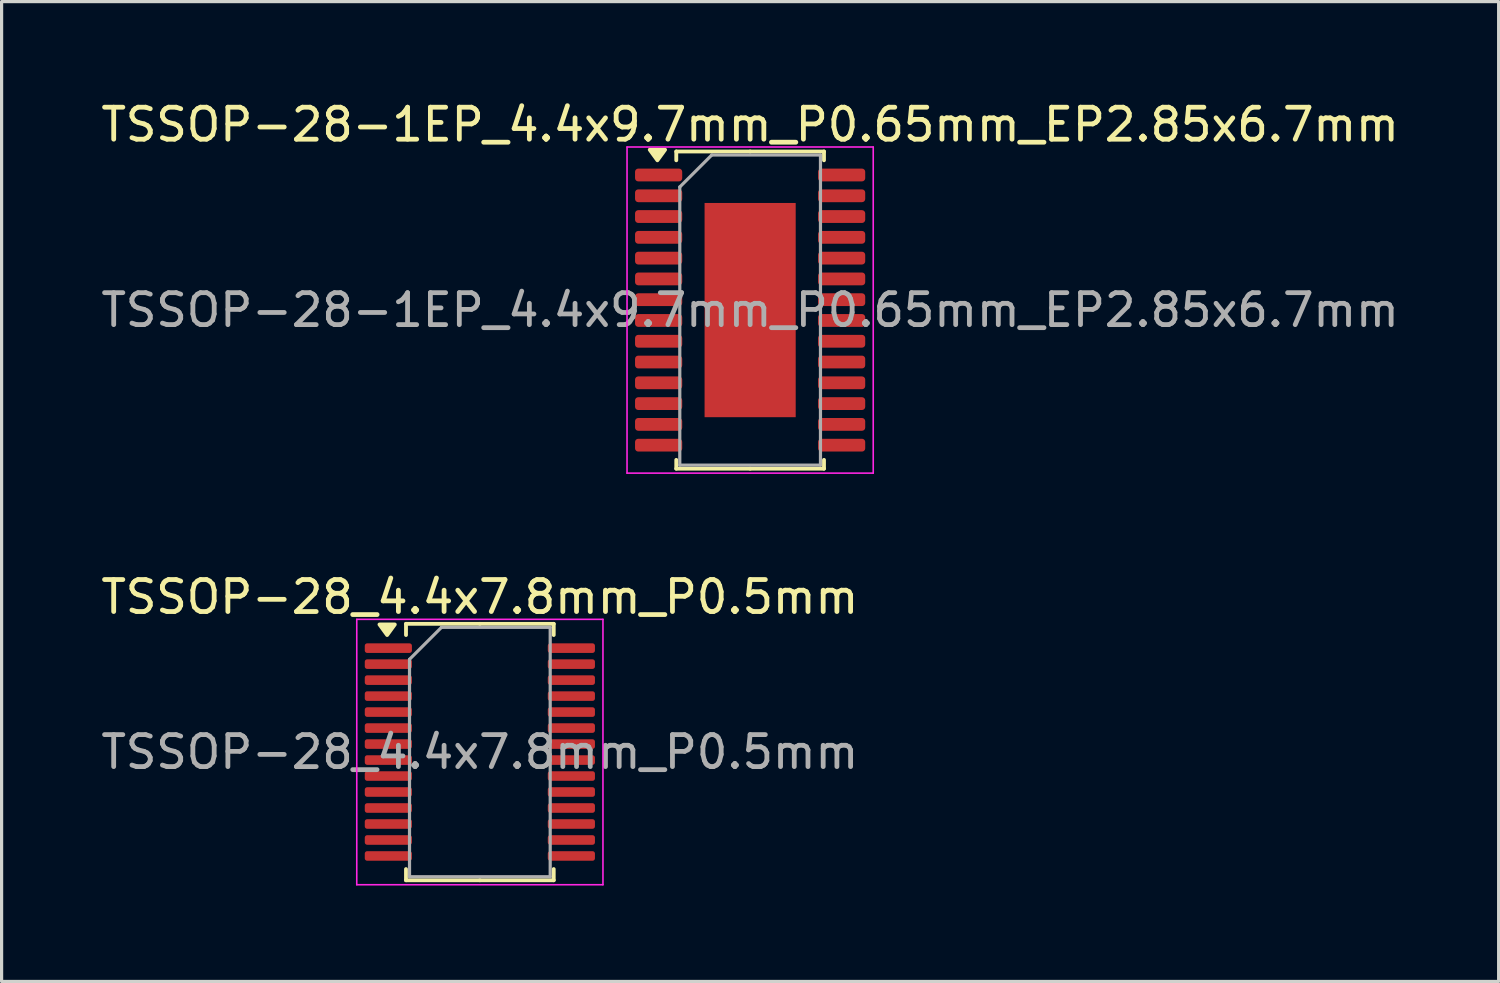
<source format=kicad_pcb>
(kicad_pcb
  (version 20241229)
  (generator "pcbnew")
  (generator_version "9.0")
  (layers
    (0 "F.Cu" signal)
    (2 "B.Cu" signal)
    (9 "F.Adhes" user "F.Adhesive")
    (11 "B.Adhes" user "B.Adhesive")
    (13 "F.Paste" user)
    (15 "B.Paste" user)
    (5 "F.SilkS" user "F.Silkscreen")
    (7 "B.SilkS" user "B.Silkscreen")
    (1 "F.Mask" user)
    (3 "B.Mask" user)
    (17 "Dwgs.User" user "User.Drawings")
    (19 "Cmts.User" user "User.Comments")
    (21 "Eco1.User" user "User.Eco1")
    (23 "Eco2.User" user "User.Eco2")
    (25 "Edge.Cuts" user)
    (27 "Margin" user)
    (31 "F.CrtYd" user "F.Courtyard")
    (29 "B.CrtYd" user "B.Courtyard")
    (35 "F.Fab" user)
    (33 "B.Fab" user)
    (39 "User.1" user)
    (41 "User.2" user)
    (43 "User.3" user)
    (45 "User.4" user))
  (footprint "TSSOP-28_4.4x7.8mm_P0.5mm"
    (layer "F.Cu")
    (at 11.958 20.471)
    (property "Reference" "TSSOP-28_4.4x7.8mm_P0.5mm" (at 0 -4.85 0) (layer "F.SilkS") (effects (font (size 1 1) (thickness 0.15))))
    (attr smd)
    (fp_line (start -2.31 -4.01) (end -2.31 -3.66) (stroke (width 0.12) (type solid)) (layer "F.SilkS"))
    (fp_line (start -2.31 4.01) (end -2.31 3.66) (stroke (width 0.12) (type solid)) (layer "F.SilkS"))
    (fp_line (start 0 -4.01) (end -2.31 -4.01) (stroke (width 0.12) (type solid)) (layer "F.SilkS"))
    (fp_line (start 0 -4.01) (end 2.31 -4.01) (stroke (width 0.12) (type solid)) (layer "F.SilkS"))
    (fp_line (start 0 4.01) (end -2.31 4.01) (stroke (width 0.12) (type solid)) (layer "F.SilkS"))
    (fp_line (start 0 4.01) (end 2.31 4.01) (stroke (width 0.12) (type solid)) (layer "F.SilkS"))
    (fp_line (start 2.31 -4.01) (end 2.31 -3.66) (stroke (width 0.12) (type solid)) (layer "F.SilkS"))
    (fp_line (start 2.31 4.01) (end 2.31 3.66) (stroke (width 0.12) (type solid)) (layer "F.SilkS"))
    (fp_poly (pts (xy -2.9 -3.66) (xy -3.14 -3.99) (xy -2.66 -3.99) (xy -2.9 -3.66)) (stroke (width 0.12) (type solid)) (fill yes) (layer "F.SilkS"))
    (fp_line (start -3.85 -4.15) (end -3.85 4.15) (stroke (width 0.05) (type solid)) (layer "F.CrtYd"))
    (fp_line (start -3.85 4.15) (end 3.85 4.15) (stroke (width 0.05) (type solid)) (layer "F.CrtYd"))
    (fp_line (start 3.85 -4.15) (end -3.85 -4.15) (stroke (width 0.05) (type solid)) (layer "F.CrtYd"))
    (fp_line (start 3.85 4.15) (end 3.85 -4.15) (stroke (width 0.05) (type solid)) (layer "F.CrtYd"))
    (fp_line (start -2.2 -2.9) (end -1.2 -3.9) (stroke (width 0.1) (type solid)) (layer "F.Fab"))
    (fp_line (start -2.2 3.9) (end -2.2 -2.9) (stroke (width 0.1) (type solid)) (layer "F.Fab"))
    (fp_line (start -1.2 -3.9) (end 2.2 -3.9) (stroke (width 0.1) (type solid)) (layer "F.Fab"))
    (fp_line (start 2.2 -3.9) (end 2.2 3.9) (stroke (width 0.1) (type solid)) (layer "F.Fab"))
    (fp_line (start 2.2 3.9) (end -2.2 3.9) (stroke (width 0.1) (type solid)) (layer "F.Fab"))
    (fp_text user "${REFERENCE}" (at 0 0 0) (layer "F.Fab") (effects (font (size 1 1) (thickness 0.15))))
    (pad "1" smd roundrect (at -2.862 -3.25) (size 1.475 0.3) (layers "F.Cu" "F.Mask" "F.Paste") (roundrect_rratio 0.25))
    (pad "2" smd roundrect (at -2.862 -2.75) (size 1.475 0.3) (layers "F.Cu" "F.Mask" "F.Paste") (roundrect_rratio 0.25))
    (pad "3" smd roundrect (at -2.862 -2.25) (size 1.475 0.3) (layers "F.Cu" "F.Mask" "F.Paste") (roundrect_rratio 0.25))
    (pad "4" smd roundrect (at -2.862 -1.75) (size 1.475 0.3) (layers "F.Cu" "F.Mask" "F.Paste") (roundrect_rratio 0.25))
    (pad "5" smd roundrect (at -2.862 -1.25) (size 1.475 0.3) (layers "F.Cu" "F.Mask" "F.Paste") (roundrect_rratio 0.25))
    (pad "6" smd roundrect (at -2.862 -0.75) (size 1.475 0.3) (layers "F.Cu" "F.Mask" "F.Paste") (roundrect_rratio 0.25))
    (pad "7" smd roundrect (at -2.862 -0.25) (size 1.475 0.3) (layers "F.Cu" "F.Mask" "F.Paste") (roundrect_rratio 0.25))
    (pad "8" smd roundrect (at -2.862 0.25) (size 1.475 0.3) (layers "F.Cu" "F.Mask" "F.Paste") (roundrect_rratio 0.25))
    (pad "9" smd roundrect (at -2.862 0.75) (size 1.475 0.3) (layers "F.Cu" "F.Mask" "F.Paste") (roundrect_rratio 0.25))
    (pad "10" smd roundrect (at -2.862 1.25) (size 1.475 0.3) (layers "F.Cu" "F.Mask" "F.Paste") (roundrect_rratio 0.25))
    (pad "11" smd roundrect (at -2.862 1.75) (size 1.475 0.3) (layers "F.Cu" "F.Mask" "F.Paste") (roundrect_rratio 0.25))
    (pad "12" smd roundrect (at -2.862 2.25) (size 1.475 0.3) (layers "F.Cu" "F.Mask" "F.Paste") (roundrect_rratio 0.25))
    (pad "13" smd roundrect (at -2.862 2.75) (size 1.475 0.3) (layers "F.Cu" "F.Mask" "F.Paste") (roundrect_rratio 0.25))
    (pad "14" smd roundrect (at -2.862 3.25) (size 1.475 0.3) (layers "F.Cu" "F.Mask" "F.Paste") (roundrect_rratio 0.25))
    (pad "15" smd roundrect (at 2.862 3.25) (size 1.475 0.3) (layers "F.Cu" "F.Mask" "F.Paste") (roundrect_rratio 0.25))
    (pad "16" smd roundrect (at 2.862 2.75) (size 1.475 0.3) (layers "F.Cu" "F.Mask" "F.Paste") (roundrect_rratio 0.25))
    (pad "17" smd roundrect (at 2.862 2.25) (size 1.475 0.3) (layers "F.Cu" "F.Mask" "F.Paste") (roundrect_rratio 0.25))
    (pad "18" smd roundrect (at 2.862 1.75) (size 1.475 0.3) (layers "F.Cu" "F.Mask" "F.Paste") (roundrect_rratio 0.25))
    (pad "19" smd roundrect (at 2.862 1.25) (size 1.475 0.3) (layers "F.Cu" "F.Mask" "F.Paste") (roundrect_rratio 0.25))
    (pad "20" smd roundrect (at 2.862 0.75) (size 1.475 0.3) (layers "F.Cu" "F.Mask" "F.Paste") (roundrect_rratio 0.25))
    (pad "21" smd roundrect (at 2.862 0.25) (size 1.475 0.3) (layers "F.Cu" "F.Mask" "F.Paste") (roundrect_rratio 0.25))
    (pad "22" smd roundrect (at 2.862 -0.25) (size 1.475 0.3) (layers "F.Cu" "F.Mask" "F.Paste") (roundrect_rratio 0.25))
    (pad "23" smd roundrect (at 2.862 -0.75) (size 1.475 0.3) (layers "F.Cu" "F.Mask" "F.Paste") (roundrect_rratio 0.25))
    (pad "24" smd roundrect (at 2.862 -1.25) (size 1.475 0.3) (layers "F.Cu" "F.Mask" "F.Paste") (roundrect_rratio 0.25))
    (pad "25" smd roundrect (at 2.862 -1.75) (size 1.475 0.3) (layers "F.Cu" "F.Mask" "F.Paste") (roundrect_rratio 0.25))
    (pad "26" smd roundrect (at 2.862 -2.25) (size 1.475 0.3) (layers "F.Cu" "F.Mask" "F.Paste") (roundrect_rratio 0.25))
    (pad "27" smd roundrect (at 2.862 -2.75) (size 1.475 0.3) (layers "F.Cu" "F.Mask" "F.Paste") (roundrect_rratio 0.25))
    (pad "28" smd roundrect (at 2.862 -3.25) (size 1.475 0.3) (layers "F.Cu" "F.Mask" "F.Paste") (roundrect_rratio 0.25)))
  (footprint "TSSOP-28-1EP_4.4x9.7mm_P0.65mm_EP2.85x6.7mm"
    (layer "F.Cu")
    (at 20.411 6.648)
    (property "Reference" "TSSOP-28-1EP_4.4x9.7mm_P0.65mm_EP2.85x6.7mm" (at 0 -5.8 0) (layer "F.SilkS") (effects (font (size 1 1) (thickness 0.15))))
    (attr smd)
    (fp_line (start -2.31 -4.96) (end -2.31 -4.685) (stroke (width 0.12) (type solid)) (layer "F.SilkS"))
    (fp_line (start -2.31 4.96) (end -2.31 4.685) (stroke (width 0.12) (type solid)) (layer "F.SilkS"))
    (fp_line (start 0 -4.96) (end -2.31 -4.96) (stroke (width 0.12) (type solid)) (layer "F.SilkS"))
    (fp_line (start 0 -4.96) (end 2.31 -4.96) (stroke (width 0.12) (type solid)) (layer "F.SilkS"))
    (fp_line (start 0 4.96) (end -2.31 4.96) (stroke (width 0.12) (type solid)) (layer "F.SilkS"))
    (fp_line (start 0 4.96) (end 2.31 4.96) (stroke (width 0.12) (type solid)) (layer "F.SilkS"))
    (fp_line (start 2.31 -4.96) (end 2.31 -4.685) (stroke (width 0.12) (type solid)) (layer "F.SilkS"))
    (fp_line (start 2.31 4.96) (end 2.31 4.685) (stroke (width 0.12) (type solid)) (layer "F.SilkS"))
    (fp_poly (pts (xy -2.9 -4.685) (xy -3.14 -5.015) (xy -2.66 -5.015) (xy -2.9 -4.685)) (stroke (width 0.12) (type solid)) (fill yes) (layer "F.SilkS"))
    (fp_line (start -3.85 -5.1) (end -3.85 5.1) (stroke (width 0.05) (type solid)) (layer "F.CrtYd"))
    (fp_line (start -3.85 5.1) (end 3.85 5.1) (stroke (width 0.05) (type solid)) (layer "F.CrtYd"))
    (fp_line (start 3.85 -5.1) (end -3.85 -5.1) (stroke (width 0.05) (type solid)) (layer "F.CrtYd"))
    (fp_line (start 3.85 5.1) (end 3.85 -5.1) (stroke (width 0.05) (type solid)) (layer "F.CrtYd"))
    (fp_line (start -2.2 -3.85) (end -1.2 -4.85) (stroke (width 0.1) (type solid)) (layer "F.Fab"))
    (fp_line (start -2.2 4.85) (end -2.2 -3.85) (stroke (width 0.1) (type solid)) (layer "F.Fab"))
    (fp_line (start -1.2 -4.85) (end 2.2 -4.85) (stroke (width 0.1) (type solid)) (layer "F.Fab"))
    (fp_line (start 2.2 -4.85) (end 2.2 4.85) (stroke (width 0.1) (type solid)) (layer "F.Fab"))
    (fp_line (start 2.2 4.85) (end -2.2 4.85) (stroke (width 0.1) (type solid)) (layer "F.Fab"))
    (fp_text user "${REFERENCE}" (at 0 0 0) (layer "F.Fab") (effects (font (size 1 1) (thickness 0.15))))
    (pad "" smd roundrect (at -0.71 -2.23) (size 1.15 1.8) (layers "F.Paste") (roundrect_rratio 0.217))
    (pad "" smd roundrect (at -0.71 0) (size 1.15 1.8) (layers "F.Paste") (roundrect_rratio 0.217))
    (pad "" smd roundrect (at -0.71 2.23) (size 1.15 1.8) (layers "F.Paste") (roundrect_rratio 0.217))
    (pad "" smd roundrect (at 0.71 -2.23) (size 1.15 1.8) (layers "F.Paste") (roundrect_rratio 0.217))
    (pad "" smd roundrect (at 0.71 0) (size 1.15 1.8) (layers "F.Paste") (roundrect_rratio 0.217))
    (pad "" smd roundrect (at 0.71 2.23) (size 1.15 1.8) (layers "F.Paste") (roundrect_rratio 0.217))
    (pad "1" smd roundrect (at -2.862 -4.225) (size 1.475 0.4) (layers "F.Cu" "F.Mask" "F.Paste") (roundrect_rratio 0.25))
    (pad "2" smd roundrect (at -2.862 -3.575) (size 1.475 0.4) (layers "F.Cu" "F.Mask" "F.Paste") (roundrect_rratio 0.25))
    (pad "3" smd roundrect (at -2.862 -2.925) (size 1.475 0.4) (layers "F.Cu" "F.Mask" "F.Paste") (roundrect_rratio 0.25))
    (pad "4" smd roundrect (at -2.862 -2.275) (size 1.475 0.4) (layers "F.Cu" "F.Mask" "F.Paste") (roundrect_rratio 0.25))
    (pad "5" smd roundrect (at -2.862 -1.625) (size 1.475 0.4) (layers "F.Cu" "F.Mask" "F.Paste") (roundrect_rratio 0.25))
    (pad "6" smd roundrect (at -2.862 -0.975) (size 1.475 0.4) (layers "F.Cu" "F.Mask" "F.Paste") (roundrect_rratio 0.25))
    (pad "7" smd roundrect (at -2.862 -0.325) (size 1.475 0.4) (layers "F.Cu" "F.Mask" "F.Paste") (roundrect_rratio 0.25))
    (pad "8" smd roundrect (at -2.862 0.325) (size 1.475 0.4) (layers "F.Cu" "F.Mask" "F.Paste") (roundrect_rratio 0.25))
    (pad "9" smd roundrect (at -2.862 0.975) (size 1.475 0.4) (layers "F.Cu" "F.Mask" "F.Paste") (roundrect_rratio 0.25))
    (pad "10" smd roundrect (at -2.862 1.625) (size 1.475 0.4) (layers "F.Cu" "F.Mask" "F.Paste") (roundrect_rratio 0.25))
    (pad "11" smd roundrect (at -2.862 2.275) (size 1.475 0.4) (layers "F.Cu" "F.Mask" "F.Paste") (roundrect_rratio 0.25))
    (pad "12" smd roundrect (at -2.862 2.925) (size 1.475 0.4) (layers "F.Cu" "F.Mask" "F.Paste") (roundrect_rratio 0.25))
    (pad "13" smd roundrect (at -2.862 3.575) (size 1.475 0.4) (layers "F.Cu" "F.Mask" "F.Paste") (roundrect_rratio 0.25))
    (pad "14" smd roundrect (at -2.862 4.225) (size 1.475 0.4) (layers "F.Cu" "F.Mask" "F.Paste") (roundrect_rratio 0.25))
    (pad "15" smd roundrect (at 2.862 4.225) (size 1.475 0.4) (layers "F.Cu" "F.Mask" "F.Paste") (roundrect_rratio 0.25))
    (pad "16" smd roundrect (at 2.862 3.575) (size 1.475 0.4) (layers "F.Cu" "F.Mask" "F.Paste") (roundrect_rratio 0.25))
    (pad "17" smd roundrect (at 2.862 2.925) (size 1.475 0.4) (layers "F.Cu" "F.Mask" "F.Paste") (roundrect_rratio 0.25))
    (pad "18" smd roundrect (at 2.862 2.275) (size 1.475 0.4) (layers "F.Cu" "F.Mask" "F.Paste") (roundrect_rratio 0.25))
    (pad "19" smd roundrect (at 2.862 1.625) (size 1.475 0.4) (layers "F.Cu" "F.Mask" "F.Paste") (roundrect_rratio 0.25))
    (pad "20" smd roundrect (at 2.862 0.975) (size 1.475 0.4) (layers "F.Cu" "F.Mask" "F.Paste") (roundrect_rratio 0.25))
    (pad "21" smd roundrect (at 2.862 0.325) (size 1.475 0.4) (layers "F.Cu" "F.Mask" "F.Paste") (roundrect_rratio 0.25))
    (pad "22" smd roundrect (at 2.862 -0.325) (size 1.475 0.4) (layers "F.Cu" "F.Mask" "F.Paste") (roundrect_rratio 0.25))
    (pad "23" smd roundrect (at 2.862 -0.975) (size 1.475 0.4) (layers "F.Cu" "F.Mask" "F.Paste") (roundrect_rratio 0.25))
    (pad "24" smd roundrect (at 2.862 -1.625) (size 1.475 0.4) (layers "F.Cu" "F.Mask" "F.Paste") (roundrect_rratio 0.25))
    (pad "25" smd roundrect (at 2.862 -2.275) (size 1.475 0.4) (layers "F.Cu" "F.Mask" "F.Paste") (roundrect_rratio 0.25))
    (pad "26" smd roundrect (at 2.862 -2.925) (size 1.475 0.4) (layers "F.Cu" "F.Mask" "F.Paste") (roundrect_rratio 0.25))
    (pad "27" smd roundrect (at 2.862 -3.575) (size 1.475 0.4) (layers "F.Cu" "F.Mask" "F.Paste") (roundrect_rratio 0.25))
    (pad "28" smd roundrect (at 2.862 -4.225) (size 1.475 0.4) (layers "F.Cu" "F.Mask" "F.Paste") (roundrect_rratio 0.25))
    (pad "29" smd rect (at 0 0) (size 2.85 6.7) (property pad_prop_heatsink) (layers "F.Cu" "F.Mask")))
  (gr_rect
    (start -3 -3)
    (end 43.821 27.646)
    (stroke (width 0.1) (type default))
    (fill no)
    (layer "Edge.Cuts")))
</source>
